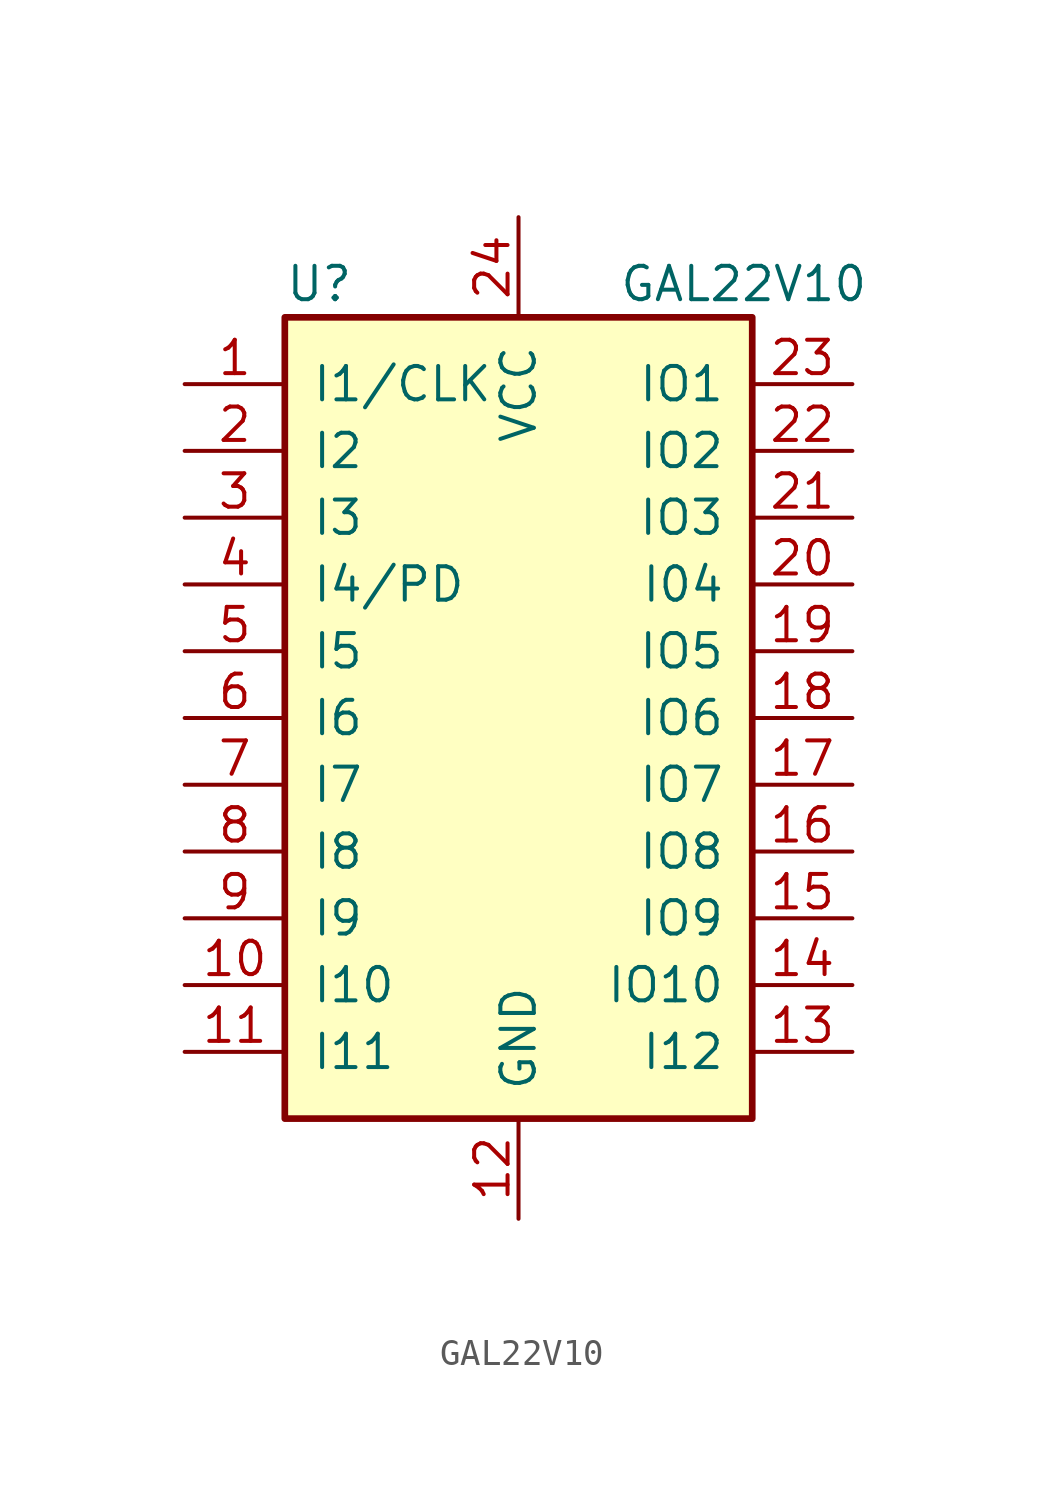
<source format=kicad_sym>
(kicad_symbol_lib
  (version 20220914)
  (generator kicad_symbol_editor)
  (symbol "GAL22V10"
    (pin_names
      (offset 1.016))
    (property "Reference" "U"
      (at -8.89 16.51 0)
      (effects (font (size 1.27 1.27)) (justify left)))
    (property "Value" "GAL22V10"
      (at 3.81 16.51 0)
      (effects (font (size 1.27 1.27)) (justify left)))
    (symbol "GAL22V10_0_0"
      (pin power_in line (at 0 -19.05 90) (length 3.81) (name "GND" (effects (font (size 1.27 1.27)))) (number "12" (effects (font (size 1.27 1.27)))))
      (pin power_in line (at 0 19.05 270) (length 3.81) (name "VCC" (effects (font (size 1.27 1.27)))) (number "24" (effects (font (size 1.27 1.27))))))
    (symbol "GAL22V10_0_1"
      (rectangle (start -8.89 15.24) (end 8.89 -15.24) (stroke (width 0.254) (type default)) (fill (type background))))
    (symbol "GAL22V10_1_1"
      (pin input line (at -12.7 12.7 0) (length 3.81) (name "I1/CLK" (effects (font (size 1.27 1.27)))) (number "1" (effects (font (size 1.27 1.27)))))
      (pin input line (at -12.7 -10.16 0) (length 3.81) (name "I10" (effects (font (size 1.27 1.27)))) (number "10" (effects (font (size 1.27 1.27)))))
      (pin input line (at -12.7 -12.7 0) (length 3.81) (name "I11" (effects (font (size 1.27 1.27)))) (number "11" (effects (font (size 1.27 1.27)))))
      (pin input line (at 12.7 -12.7 180) (length 3.81) (name "I12" (effects (font (size 1.27 1.27)))) (number "13" (effects (font (size 1.27 1.27)))))
      (pin tri_state line (at 12.7 -10.16 180) (length 3.81) (name "IO10" (effects (font (size 1.27 1.27)))) (number "14" (effects (font (size 1.27 1.27)))))
      (pin tri_state line (at 12.7 -7.62 180) (length 3.81) (name "IO9" (effects (font (size 1.27 1.27)))) (number "15" (effects (font (size 1.27 1.27)))))
      (pin tri_state line (at 12.7 -5.08 180) (length 3.81) (name "IO8" (effects (font (size 1.27 1.27)))) (number "16" (effects (font (size 1.27 1.27)))))
      (pin tri_state line (at 12.7 -2.54 180) (length 3.81) (name "IO7" (effects (font (size 1.27 1.27)))) (number "17" (effects (font (size 1.27 1.27)))))
      (pin tri_state line (at 12.7 0 180) (length 3.81) (name "IO6" (effects (font (size 1.27 1.27)))) (number "18" (effects (font (size 1.27 1.27)))))
      (pin tri_state line (at 12.7 2.54 180) (length 3.81) (name "IO5" (effects (font (size 1.27 1.27)))) (number "19" (effects (font (size 1.27 1.27)))))
      (pin input line (at -12.7 10.16 0) (length 3.81) (name "I2" (effects (font (size 1.27 1.27)))) (number "2" (effects (font (size 1.27 1.27)))))
      (pin tri_state line (at 12.7 5.08 180) (length 3.81) (name "I04" (effects (font (size 1.27 1.27)))) (number "20" (effects (font (size 1.27 1.27)))))
      (pin tri_state line (at 12.7 7.62 180) (length 3.81) (name "IO3" (effects (font (size 1.27 1.27)))) (number "21" (effects (font (size 1.27 1.27)))))
      (pin tri_state line (at 12.7 10.16 180) (length 3.81) (name "IO2" (effects (font (size 1.27 1.27)))) (number "22" (effects (font (size 1.27 1.27)))))
      (pin tri_state line (at 12.7 12.7 180) (length 3.81) (name "IO1" (effects (font (size 1.27 1.27)))) (number "23" (effects (font (size 1.27 1.27)))))
      (pin input line (at -12.7 7.62 0) (length 3.81) (name "I3" (effects (font (size 1.27 1.27)))) (number "3" (effects (font (size 1.27 1.27)))))
      (pin input line (at -12.7 5.08 0) (length 3.81) (name "I4/PD" (effects (font (size 1.27 1.27)))) (number "4" (effects (font (size 1.27 1.27)))))
      (pin input line (at -12.7 2.54 0) (length 3.81) (name "I5" (effects (font (size 1.27 1.27)))) (number "5" (effects (font (size 1.27 1.27)))))
      (pin input line (at -12.7 0 0) (length 3.81) (name "I6" (effects (font (size 1.27 1.27)))) (number "6" (effects (font (size 1.27 1.27)))))
      (pin input line (at -12.7 -2.54 0) (length 3.81) (name "I7" (effects (font (size 1.27 1.27)))) (number "7" (effects (font (size 1.27 1.27)))))
      (pin input line (at -12.7 -5.08 0) (length 3.81) (name "I8" (effects (font (size 1.27 1.27)))) (number "8" (effects (font (size 1.27 1.27)))))
      (pin input line (at -12.7 -7.62 0) (length 3.81) (name "I9" (effects (font (size 1.27 1.27)))) (number "9" (effects (font (size 1.27 1.27))))))))
</source>
